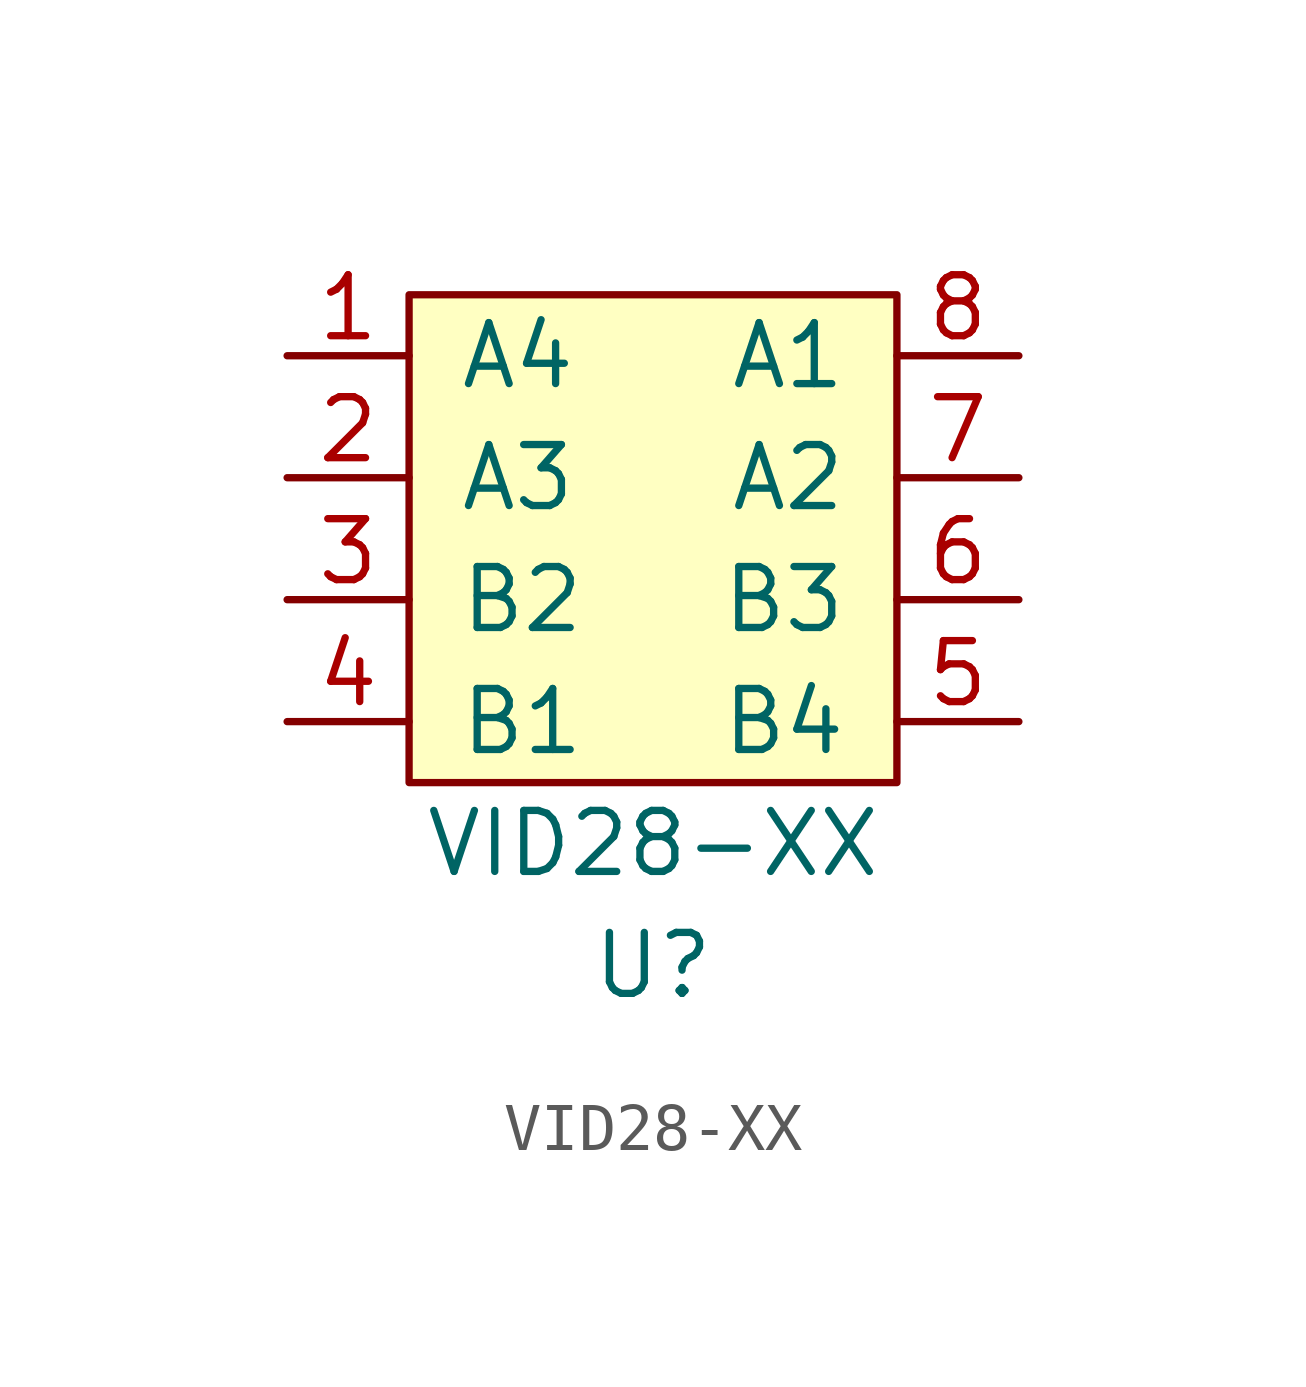
<source format=kicad_sym>
(kicad_symbol_lib
  (version 20211014)
  (generator kicad_symbol_editor)
  (symbol "VID28-XX"
    (pin_names
      (offset 1.016))
    (property "Reference" "U"
      (at 5.08 -16.51 0)
      (effects (font (size 1.27 1.27))))
    (property "Value" "VID28-XX"
      (at 5.08 -13.97 0)
      (effects (font (size 1.27 1.27))))
    (symbol "VID28-XX_0_0"
      (pin input line (at -2.54 -3.81 0) (length 2.54) (name "A4" (effects (font (size 1.27 1.27)))) (number "1" (effects (font (size 1.27 1.27)))))
      (pin input line (at -2.54 -6.35 0) (length 2.54) (name "A3" (effects (font (size 1.27 1.27)))) (number "2" (effects (font (size 1.27 1.27)))))
      (pin input line (at -2.54 -8.89 0) (length 2.54) (name "B2" (effects (font (size 1.27 1.27)))) (number "3" (effects (font (size 1.27 1.27)))))
      (pin input line (at -2.54 -11.43 0) (length 2.54) (name "B1" (effects (font (size 1.27 1.27)))) (number "4" (effects (font (size 1.27 1.27)))))
      (pin input line (at 12.7 -11.43 180) (length 2.54) (name "B4" (effects (font (size 1.27 1.27)))) (number "5" (effects (font (size 1.27 1.27)))))
      (pin input line (at 12.7 -8.89 180) (length 2.54) (name "B3" (effects (font (size 1.27 1.27)))) (number "6" (effects (font (size 1.27 1.27)))))
      (pin input line (at 12.7 -6.35 180) (length 2.54) (name "A2" (effects (font (size 1.27 1.27)))) (number "7" (effects (font (size 1.27 1.27)))))
      (pin input line (at 12.7 -3.81 180) (length 2.54) (name "A1" (effects (font (size 1.27 1.27)))) (number "8" (effects (font (size 1.27 1.27))))))
    (symbol "VID28-XX_0_1"
      (rectangle (start 0 -2.54) (end 10.16 -12.7) (stroke (width 0) (type default) (color 0 0 0 0)) (fill (type background))))))
</source>
